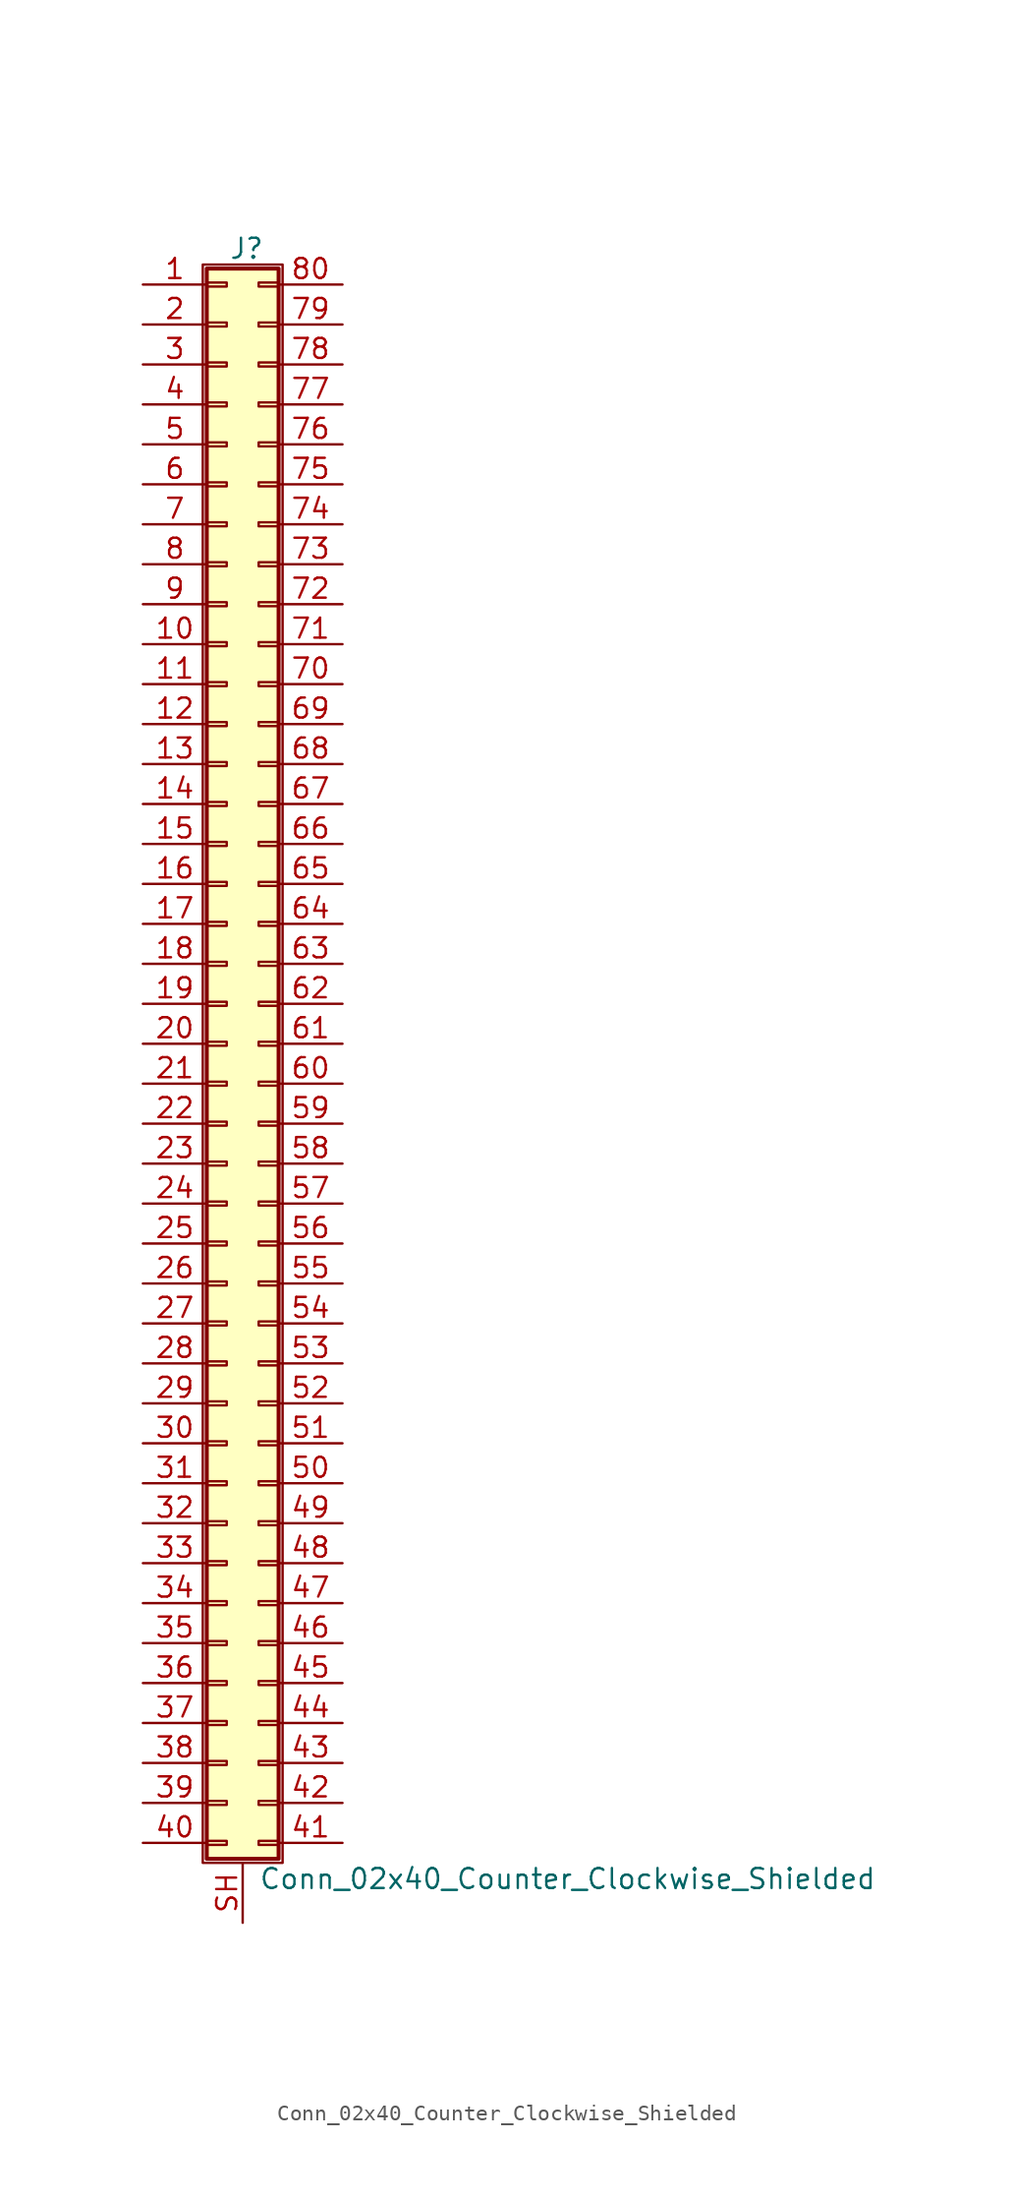
<source format=kicad_sym>
(kicad_symbol_lib
  (version 20220914)
  (generator kicad_symbol_editor)
  (symbol "Conn_02x40_Counter_Clockwise_Shielded"
    (pin_names
      (offset 1.016) hide)
    (property "Reference" "J"
      (at 1.524 50.546 0)
      (effects (font (size 1.27 1.27))))
    (property "Value" "Conn_02x40_Counter_Clockwise_Shielded"
      (at 2.286 -53.086 0)
      (effects (font (size 1.27 1.27)) (justify left)))
    (symbol "Conn_02x40_Counter_Clockwise_Shielded_1_1"
      (rectangle (start -1.27 49.53) (end 3.81 -52.07) (stroke (width 0.152) (type default)) (fill (type none)))
      (rectangle (start -1.016 -50.673) (end 0.254 -50.927) (stroke (width 0.152) (type default)) (fill (type none)))
      (rectangle (start -1.016 -48.133) (end 0.254 -48.387) (stroke (width 0.152) (type default)) (fill (type none)))
      (rectangle (start -1.016 -45.593) (end 0.254 -45.847) (stroke (width 0.152) (type default)) (fill (type none)))
      (rectangle (start -1.016 -43.053) (end 0.254 -43.307) (stroke (width 0.152) (type default)) (fill (type none)))
      (rectangle (start -1.016 -40.513) (end 0.254 -40.767) (stroke (width 0.152) (type default)) (fill (type none)))
      (rectangle (start -1.016 -37.973) (end 0.254 -38.227) (stroke (width 0.152) (type default)) (fill (type none)))
      (rectangle (start -1.016 -35.433) (end 0.254 -35.687) (stroke (width 0.152) (type default)) (fill (type none)))
      (rectangle (start -1.016 -32.893) (end 0.254 -33.147) (stroke (width 0.152) (type default)) (fill (type none)))
      (rectangle (start -1.016 -30.353) (end 0.254 -30.607) (stroke (width 0.152) (type default)) (fill (type none)))
      (rectangle (start -1.016 -27.813) (end 0.254 -28.067) (stroke (width 0.152) (type default)) (fill (type none)))
      (rectangle (start -1.016 -25.273) (end 0.254 -25.527) (stroke (width 0.152) (type default)) (fill (type none)))
      (rectangle (start -1.016 -22.733) (end 0.254 -22.987) (stroke (width 0.152) (type default)) (fill (type none)))
      (rectangle (start -1.016 -20.193) (end 0.254 -20.447) (stroke (width 0.152) (type default)) (fill (type none)))
      (rectangle (start -1.016 -17.653) (end 0.254 -17.907) (stroke (width 0.152) (type default)) (fill (type none)))
      (rectangle (start -1.016 -15.113) (end 0.254 -15.367) (stroke (width 0.152) (type default)) (fill (type none)))
      (rectangle (start -1.016 -12.573) (end 0.254 -12.827) (stroke (width 0.152) (type default)) (fill (type none)))
      (rectangle (start -1.016 -10.033) (end 0.254 -10.287) (stroke (width 0.152) (type default)) (fill (type none)))
      (rectangle (start -1.016 -7.493) (end 0.254 -7.747) (stroke (width 0.152) (type default)) (fill (type none)))
      (rectangle (start -1.016 -4.953) (end 0.254 -5.207) (stroke (width 0.152) (type default)) (fill (type none)))
      (rectangle (start -1.016 -2.413) (end 0.254 -2.667) (stroke (width 0.152) (type default)) (fill (type none)))
      (rectangle (start -1.016 0.127) (end 0.254 -0.127) (stroke (width 0.152) (type default)) (fill (type none)))
      (rectangle (start -1.016 2.667) (end 0.254 2.413) (stroke (width 0.152) (type default)) (fill (type none)))
      (rectangle (start -1.016 5.207) (end 0.254 4.953) (stroke (width 0.152) (type default)) (fill (type none)))
      (rectangle (start -1.016 7.747) (end 0.254 7.493) (stroke (width 0.152) (type default)) (fill (type none)))
      (rectangle (start -1.016 10.287) (end 0.254 10.033) (stroke (width 0.152) (type default)) (fill (type none)))
      (rectangle (start -1.016 12.827) (end 0.254 12.573) (stroke (width 0.152) (type default)) (fill (type none)))
      (rectangle (start -1.016 15.367) (end 0.254 15.113) (stroke (width 0.152) (type default)) (fill (type none)))
      (rectangle (start -1.016 17.907) (end 0.254 17.653) (stroke (width 0.152) (type default)) (fill (type none)))
      (rectangle (start -1.016 20.447) (end 0.254 20.193) (stroke (width 0.152) (type default)) (fill (type none)))
      (rectangle (start -1.016 22.987) (end 0.254 22.733) (stroke (width 0.152) (type default)) (fill (type none)))
      (rectangle (start -1.016 25.527) (end 0.254 25.273) (stroke (width 0.152) (type default)) (fill (type none)))
      (rectangle (start -1.016 28.067) (end 0.254 27.813) (stroke (width 0.152) (type default)) (fill (type none)))
      (rectangle (start -1.016 30.607) (end 0.254 30.353) (stroke (width 0.152) (type default)) (fill (type none)))
      (rectangle (start -1.016 33.147) (end 0.254 32.893) (stroke (width 0.152) (type default)) (fill (type none)))
      (rectangle (start -1.016 35.687) (end 0.254 35.433) (stroke (width 0.152) (type default)) (fill (type none)))
      (rectangle (start -1.016 38.227) (end 0.254 37.973) (stroke (width 0.152) (type default)) (fill (type none)))
      (rectangle (start -1.016 40.767) (end 0.254 40.513) (stroke (width 0.152) (type default)) (fill (type none)))
      (rectangle (start -1.016 43.307) (end 0.254 43.053) (stroke (width 0.152) (type default)) (fill (type none)))
      (rectangle (start -1.016 45.847) (end 0.254 45.593) (stroke (width 0.152) (type default)) (fill (type none)))
      (rectangle (start -1.016 48.387) (end 0.254 48.133) (stroke (width 0.152) (type default)) (fill (type none)))
      (rectangle (start -1.016 49.276) (end 3.556 -51.816) (stroke (width 0.254) (type default)) (fill (type background)))
      (rectangle (start 3.556 -50.673) (end 2.286 -50.927) (stroke (width 0.152) (type default)) (fill (type none)))
      (rectangle (start 3.556 -48.133) (end 2.286 -48.387) (stroke (width 0.152) (type default)) (fill (type none)))
      (rectangle (start 3.556 -45.593) (end 2.286 -45.847) (stroke (width 0.152) (type default)) (fill (type none)))
      (rectangle (start 3.556 -43.053) (end 2.286 -43.307) (stroke (width 0.152) (type default)) (fill (type none)))
      (rectangle (start 3.556 -40.513) (end 2.286 -40.767) (stroke (width 0.152) (type default)) (fill (type none)))
      (rectangle (start 3.556 -37.973) (end 2.286 -38.227) (stroke (width 0.152) (type default)) (fill (type none)))
      (rectangle (start 3.556 -35.433) (end 2.286 -35.687) (stroke (width 0.152) (type default)) (fill (type none)))
      (rectangle (start 3.556 -32.893) (end 2.286 -33.147) (stroke (width 0.152) (type default)) (fill (type none)))
      (rectangle (start 3.556 -30.353) (end 2.286 -30.607) (stroke (width 0.152) (type default)) (fill (type none)))
      (rectangle (start 3.556 -27.813) (end 2.286 -28.067) (stroke (width 0.152) (type default)) (fill (type none)))
      (rectangle (start 3.556 -25.273) (end 2.286 -25.527) (stroke (width 0.152) (type default)) (fill (type none)))
      (rectangle (start 3.556 -22.733) (end 2.286 -22.987) (stroke (width 0.152) (type default)) (fill (type none)))
      (rectangle (start 3.556 -20.193) (end 2.286 -20.447) (stroke (width 0.152) (type default)) (fill (type none)))
      (rectangle (start 3.556 -17.653) (end 2.286 -17.907) (stroke (width 0.152) (type default)) (fill (type none)))
      (rectangle (start 3.556 -15.113) (end 2.286 -15.367) (stroke (width 0.152) (type default)) (fill (type none)))
      (rectangle (start 3.556 -12.573) (end 2.286 -12.827) (stroke (width 0.152) (type default)) (fill (type none)))
      (rectangle (start 3.556 -10.033) (end 2.286 -10.287) (stroke (width 0.152) (type default)) (fill (type none)))
      (rectangle (start 3.556 -7.493) (end 2.286 -7.747) (stroke (width 0.152) (type default)) (fill (type none)))
      (rectangle (start 3.556 -4.953) (end 2.286 -5.207) (stroke (width 0.152) (type default)) (fill (type none)))
      (rectangle (start 3.556 -2.413) (end 2.286 -2.667) (stroke (width 0.152) (type default)) (fill (type none)))
      (rectangle (start 3.556 0.127) (end 2.286 -0.127) (stroke (width 0.152) (type default)) (fill (type none)))
      (rectangle (start 3.556 2.667) (end 2.286 2.413) (stroke (width 0.152) (type default)) (fill (type none)))
      (rectangle (start 3.556 5.207) (end 2.286 4.953) (stroke (width 0.152) (type default)) (fill (type none)))
      (rectangle (start 3.556 7.747) (end 2.286 7.493) (stroke (width 0.152) (type default)) (fill (type none)))
      (rectangle (start 3.556 10.287) (end 2.286 10.033) (stroke (width 0.152) (type default)) (fill (type none)))
      (rectangle (start 3.556 12.827) (end 2.286 12.573) (stroke (width 0.152) (type default)) (fill (type none)))
      (rectangle (start 3.556 15.367) (end 2.286 15.113) (stroke (width 0.152) (type default)) (fill (type none)))
      (rectangle (start 3.556 17.907) (end 2.286 17.653) (stroke (width 0.152) (type default)) (fill (type none)))
      (rectangle (start 3.556 20.447) (end 2.286 20.193) (stroke (width 0.152) (type default)) (fill (type none)))
      (rectangle (start 3.556 22.987) (end 2.286 22.733) (stroke (width 0.152) (type default)) (fill (type none)))
      (rectangle (start 3.556 25.527) (end 2.286 25.273) (stroke (width 0.152) (type default)) (fill (type none)))
      (rectangle (start 3.556 28.067) (end 2.286 27.813) (stroke (width 0.152) (type default)) (fill (type none)))
      (rectangle (start 3.556 30.607) (end 2.286 30.353) (stroke (width 0.152) (type default)) (fill (type none)))
      (rectangle (start 3.556 33.147) (end 2.286 32.893) (stroke (width 0.152) (type default)) (fill (type none)))
      (rectangle (start 3.556 35.687) (end 2.286 35.433) (stroke (width 0.152) (type default)) (fill (type none)))
      (rectangle (start 3.556 38.227) (end 2.286 37.973) (stroke (width 0.152) (type default)) (fill (type none)))
      (rectangle (start 3.556 40.767) (end 2.286 40.513) (stroke (width 0.152) (type default)) (fill (type none)))
      (rectangle (start 3.556 43.307) (end 2.286 43.053) (stroke (width 0.152) (type default)) (fill (type none)))
      (rectangle (start 3.556 45.847) (end 2.286 45.593) (stroke (width 0.152) (type default)) (fill (type none)))
      (rectangle (start 3.556 48.387) (end 2.286 48.133) (stroke (width 0.152) (type default)) (fill (type none)))
      (pin passive line (at -5.08 48.26 0) (length 4.064) (name "Pin_1" (effects (font (size 1.27 1.27)))) (number "1" (effects (font (size 1.27 1.27)))))
      (pin passive line (at -5.08 25.4 0) (length 4.064) (name "Pin_10" (effects (font (size 1.27 1.27)))) (number "10" (effects (font (size 1.27 1.27)))))
      (pin passive line (at -5.08 22.86 0) (length 4.064) (name "Pin_11" (effects (font (size 1.27 1.27)))) (number "11" (effects (font (size 1.27 1.27)))))
      (pin passive line (at -5.08 20.32 0) (length 4.064) (name "Pin_12" (effects (font (size 1.27 1.27)))) (number "12" (effects (font (size 1.27 1.27)))))
      (pin passive line (at -5.08 17.78 0) (length 4.064) (name "Pin_13" (effects (font (size 1.27 1.27)))) (number "13" (effects (font (size 1.27 1.27)))))
      (pin passive line (at -5.08 15.24 0) (length 4.064) (name "Pin_14" (effects (font (size 1.27 1.27)))) (number "14" (effects (font (size 1.27 1.27)))))
      (pin passive line (at -5.08 12.7 0) (length 4.064) (name "Pin_15" (effects (font (size 1.27 1.27)))) (number "15" (effects (font (size 1.27 1.27)))))
      (pin passive line (at -5.08 10.16 0) (length 4.064) (name "Pin_16" (effects (font (size 1.27 1.27)))) (number "16" (effects (font (size 1.27 1.27)))))
      (pin passive line (at -5.08 7.62 0) (length 4.064) (name "Pin_17" (effects (font (size 1.27 1.27)))) (number "17" (effects (font (size 1.27 1.27)))))
      (pin passive line (at -5.08 5.08 0) (length 4.064) (name "Pin_18" (effects (font (size 1.27 1.27)))) (number "18" (effects (font (size 1.27 1.27)))))
      (pin passive line (at -5.08 2.54 0) (length 4.064) (name "Pin_19" (effects (font (size 1.27 1.27)))) (number "19" (effects (font (size 1.27 1.27)))))
      (pin passive line (at -5.08 45.72 0) (length 4.064) (name "Pin_2" (effects (font (size 1.27 1.27)))) (number "2" (effects (font (size 1.27 1.27)))))
      (pin passive line (at -5.08 0 0) (length 4.064) (name "Pin_20" (effects (font (size 1.27 1.27)))) (number "20" (effects (font (size 1.27 1.27)))))
      (pin passive line (at -5.08 -2.54 0) (length 4.064) (name "Pin_21" (effects (font (size 1.27 1.27)))) (number "21" (effects (font (size 1.27 1.27)))))
      (pin passive line (at -5.08 -5.08 0) (length 4.064) (name "Pin_22" (effects (font (size 1.27 1.27)))) (number "22" (effects (font (size 1.27 1.27)))))
      (pin passive line (at -5.08 -7.62 0) (length 4.064) (name "Pin_23" (effects (font (size 1.27 1.27)))) (number "23" (effects (font (size 1.27 1.27)))))
      (pin passive line (at -5.08 -10.16 0) (length 4.064) (name "Pin_24" (effects (font (size 1.27 1.27)))) (number "24" (effects (font (size 1.27 1.27)))))
      (pin passive line (at -5.08 -12.7 0) (length 4.064) (name "Pin_25" (effects (font (size 1.27 1.27)))) (number "25" (effects (font (size 1.27 1.27)))))
      (pin passive line (at -5.08 -15.24 0) (length 4.064) (name "Pin_26" (effects (font (size 1.27 1.27)))) (number "26" (effects (font (size 1.27 1.27)))))
      (pin passive line (at -5.08 -17.78 0) (length 4.064) (name "Pin_27" (effects (font (size 1.27 1.27)))) (number "27" (effects (font (size 1.27 1.27)))))
      (pin passive line (at -5.08 -20.32 0) (length 4.064) (name "Pin_28" (effects (font (size 1.27 1.27)))) (number "28" (effects (font (size 1.27 1.27)))))
      (pin passive line (at -5.08 -22.86 0) (length 4.064) (name "Pin_29" (effects (font (size 1.27 1.27)))) (number "29" (effects (font (size 1.27 1.27)))))
      (pin passive line (at -5.08 43.18 0) (length 4.064) (name "Pin_3" (effects (font (size 1.27 1.27)))) (number "3" (effects (font (size 1.27 1.27)))))
      (pin passive line (at -5.08 -25.4 0) (length 4.064) (name "Pin_30" (effects (font (size 1.27 1.27)))) (number "30" (effects (font (size 1.27 1.27)))))
      (pin passive line (at -5.08 -27.94 0) (length 4.064) (name "Pin_31" (effects (font (size 1.27 1.27)))) (number "31" (effects (font (size 1.27 1.27)))))
      (pin passive line (at -5.08 -30.48 0) (length 4.064) (name "Pin_32" (effects (font (size 1.27 1.27)))) (number "32" (effects (font (size 1.27 1.27)))))
      (pin passive line (at -5.08 -33.02 0) (length 4.064) (name "Pin_33" (effects (font (size 1.27 1.27)))) (number "33" (effects (font (size 1.27 1.27)))))
      (pin passive line (at -5.08 -35.56 0) (length 4.064) (name "Pin_34" (effects (font (size 1.27 1.27)))) (number "34" (effects (font (size 1.27 1.27)))))
      (pin passive line (at -5.08 -38.1 0) (length 4.064) (name "Pin_35" (effects (font (size 1.27 1.27)))) (number "35" (effects (font (size 1.27 1.27)))))
      (pin passive line (at -5.08 -40.64 0) (length 4.064) (name "Pin_36" (effects (font (size 1.27 1.27)))) (number "36" (effects (font (size 1.27 1.27)))))
      (pin passive line (at -5.08 -43.18 0) (length 4.064) (name "Pin_37" (effects (font (size 1.27 1.27)))) (number "37" (effects (font (size 1.27 1.27)))))
      (pin passive line (at -5.08 -45.72 0) (length 4.064) (name "Pin_38" (effects (font (size 1.27 1.27)))) (number "38" (effects (font (size 1.27 1.27)))))
      (pin passive line (at -5.08 -48.26 0) (length 4.064) (name "Pin_39" (effects (font (size 1.27 1.27)))) (number "39" (effects (font (size 1.27 1.27)))))
      (pin passive line (at -5.08 40.64 0) (length 4.064) (name "Pin_4" (effects (font (size 1.27 1.27)))) (number "4" (effects (font (size 1.27 1.27)))))
      (pin passive line (at -5.08 -50.8 0) (length 4.064) (name "Pin_40" (effects (font (size 1.27 1.27)))) (number "40" (effects (font (size 1.27 1.27)))))
      (pin passive line (at 7.62 -50.8 180) (length 4.064) (name "Pin_41" (effects (font (size 1.27 1.27)))) (number "41" (effects (font (size 1.27 1.27)))))
      (pin passive line (at 7.62 -48.26 180) (length 4.064) (name "Pin_42" (effects (font (size 1.27 1.27)))) (number "42" (effects (font (size 1.27 1.27)))))
      (pin passive line (at 7.62 -45.72 180) (length 4.064) (name "Pin_43" (effects (font (size 1.27 1.27)))) (number "43" (effects (font (size 1.27 1.27)))))
      (pin passive line (at 7.62 -43.18 180) (length 4.064) (name "Pin_44" (effects (font (size 1.27 1.27)))) (number "44" (effects (font (size 1.27 1.27)))))
      (pin passive line (at 7.62 -40.64 180) (length 4.064) (name "Pin_45" (effects (font (size 1.27 1.27)))) (number "45" (effects (font (size 1.27 1.27)))))
      (pin passive line (at 7.62 -38.1 180) (length 4.064) (name "Pin_46" (effects (font (size 1.27 1.27)))) (number "46" (effects (font (size 1.27 1.27)))))
      (pin passive line (at 7.62 -35.56 180) (length 4.064) (name "Pin_47" (effects (font (size 1.27 1.27)))) (number "47" (effects (font (size 1.27 1.27)))))
      (pin passive line (at 7.62 -33.02 180) (length 4.064) (name "Pin_48" (effects (font (size 1.27 1.27)))) (number "48" (effects (font (size 1.27 1.27)))))
      (pin passive line (at 7.62 -30.48 180) (length 4.064) (name "Pin_49" (effects (font (size 1.27 1.27)))) (number "49" (effects (font (size 1.27 1.27)))))
      (pin passive line (at -5.08 38.1 0) (length 4.064) (name "Pin_5" (effects (font (size 1.27 1.27)))) (number "5" (effects (font (size 1.27 1.27)))))
      (pin passive line (at 7.62 -27.94 180) (length 4.064) (name "Pin_50" (effects (font (size 1.27 1.27)))) (number "50" (effects (font (size 1.27 1.27)))))
      (pin passive line (at 7.62 -25.4 180) (length 4.064) (name "Pin_51" (effects (font (size 1.27 1.27)))) (number "51" (effects (font (size 1.27 1.27)))))
      (pin passive line (at 7.62 -22.86 180) (length 4.064) (name "Pin_52" (effects (font (size 1.27 1.27)))) (number "52" (effects (font (size 1.27 1.27)))))
      (pin passive line (at 7.62 -20.32 180) (length 4.064) (name "Pin_53" (effects (font (size 1.27 1.27)))) (number "53" (effects (font (size 1.27 1.27)))))
      (pin passive line (at 7.62 -17.78 180) (length 4.064) (name "Pin_54" (effects (font (size 1.27 1.27)))) (number "54" (effects (font (size 1.27 1.27)))))
      (pin passive line (at 7.62 -15.24 180) (length 4.064) (name "Pin_55" (effects (font (size 1.27 1.27)))) (number "55" (effects (font (size 1.27 1.27)))))
      (pin passive line (at 7.62 -12.7 180) (length 4.064) (name "Pin_56" (effects (font (size 1.27 1.27)))) (number "56" (effects (font (size 1.27 1.27)))))
      (pin passive line (at 7.62 -10.16 180) (length 4.064) (name "Pin_57" (effects (font (size 1.27 1.27)))) (number "57" (effects (font (size 1.27 1.27)))))
      (pin passive line (at 7.62 -7.62 180) (length 4.064) (name "Pin_58" (effects (font (size 1.27 1.27)))) (number "58" (effects (font (size 1.27 1.27)))))
      (pin passive line (at 7.62 -5.08 180) (length 4.064) (name "Pin_59" (effects (font (size 1.27 1.27)))) (number "59" (effects (font (size 1.27 1.27)))))
      (pin passive line (at -5.08 35.56 0) (length 4.064) (name "Pin_6" (effects (font (size 1.27 1.27)))) (number "6" (effects (font (size 1.27 1.27)))))
      (pin passive line (at 7.62 -2.54 180) (length 4.064) (name "Pin_60" (effects (font (size 1.27 1.27)))) (number "60" (effects (font (size 1.27 1.27)))))
      (pin passive line (at 7.62 0 180) (length 4.064) (name "Pin_61" (effects (font (size 1.27 1.27)))) (number "61" (effects (font (size 1.27 1.27)))))
      (pin passive line (at 7.62 2.54 180) (length 4.064) (name "Pin_62" (effects (font (size 1.27 1.27)))) (number "62" (effects (font (size 1.27 1.27)))))
      (pin passive line (at 7.62 5.08 180) (length 4.064) (name "Pin_63" (effects (font (size 1.27 1.27)))) (number "63" (effects (font (size 1.27 1.27)))))
      (pin passive line (at 7.62 7.62 180) (length 4.064) (name "Pin_64" (effects (font (size 1.27 1.27)))) (number "64" (effects (font (size 1.27 1.27)))))
      (pin passive line (at 7.62 10.16 180) (length 4.064) (name "Pin_65" (effects (font (size 1.27 1.27)))) (number "65" (effects (font (size 1.27 1.27)))))
      (pin passive line (at 7.62 12.7 180) (length 4.064) (name "Pin_66" (effects (font (size 1.27 1.27)))) (number "66" (effects (font (size 1.27 1.27)))))
      (pin passive line (at 7.62 15.24 180) (length 4.064) (name "Pin_67" (effects (font (size 1.27 1.27)))) (number "67" (effects (font (size 1.27 1.27)))))
      (pin passive line (at 7.62 17.78 180) (length 4.064) (name "Pin_68" (effects (font (size 1.27 1.27)))) (number "68" (effects (font (size 1.27 1.27)))))
      (pin passive line (at 7.62 20.32 180) (length 4.064) (name "Pin_69" (effects (font (size 1.27 1.27)))) (number "69" (effects (font (size 1.27 1.27)))))
      (pin passive line (at -5.08 33.02 0) (length 4.064) (name "Pin_7" (effects (font (size 1.27 1.27)))) (number "7" (effects (font (size 1.27 1.27)))))
      (pin passive line (at 7.62 22.86 180) (length 4.064) (name "Pin_70" (effects (font (size 1.27 1.27)))) (number "70" (effects (font (size 1.27 1.27)))))
      (pin passive line (at 7.62 25.4 180) (length 4.064) (name "Pin_71" (effects (font (size 1.27 1.27)))) (number "71" (effects (font (size 1.27 1.27)))))
      (pin passive line (at 7.62 27.94 180) (length 4.064) (name "Pin_72" (effects (font (size 1.27 1.27)))) (number "72" (effects (font (size 1.27 1.27)))))
      (pin passive line (at 7.62 30.48 180) (length 4.064) (name "Pin_73" (effects (font (size 1.27 1.27)))) (number "73" (effects (font (size 1.27 1.27)))))
      (pin passive line (at 7.62 33.02 180) (length 4.064) (name "Pin_74" (effects (font (size 1.27 1.27)))) (number "74" (effects (font (size 1.27 1.27)))))
      (pin passive line (at 7.62 35.56 180) (length 4.064) (name "Pin_75" (effects (font (size 1.27 1.27)))) (number "75" (effects (font (size 1.27 1.27)))))
      (pin passive line (at 7.62 38.1 180) (length 4.064) (name "Pin_76" (effects (font (size 1.27 1.27)))) (number "76" (effects (font (size 1.27 1.27)))))
      (pin passive line (at 7.62 40.64 180) (length 4.064) (name "Pin_77" (effects (font (size 1.27 1.27)))) (number "77" (effects (font (size 1.27 1.27)))))
      (pin passive line (at 7.62 43.18 180) (length 4.064) (name "Pin_78" (effects (font (size 1.27 1.27)))) (number "78" (effects (font (size 1.27 1.27)))))
      (pin passive line (at 7.62 45.72 180) (length 4.064) (name "Pin_79" (effects (font (size 1.27 1.27)))) (number "79" (effects (font (size 1.27 1.27)))))
      (pin passive line (at -5.08 30.48 0) (length 4.064) (name "Pin_8" (effects (font (size 1.27 1.27)))) (number "8" (effects (font (size 1.27 1.27)))))
      (pin passive line (at 7.62 48.26 180) (length 4.064) (name "Pin_80" (effects (font (size 1.27 1.27)))) (number "80" (effects (font (size 1.27 1.27)))))
      (pin passive line (at -5.08 27.94 0) (length 4.064) (name "Pin_9" (effects (font (size 1.27 1.27)))) (number "9" (effects (font (size 1.27 1.27)))))
      (pin passive line (at 1.27 -55.88 90) (length 3.81) (name "Shield" (effects (font (size 1.27 1.27)))) (number "SH" (effects (font (size 1.27 1.27))))))))
</source>
